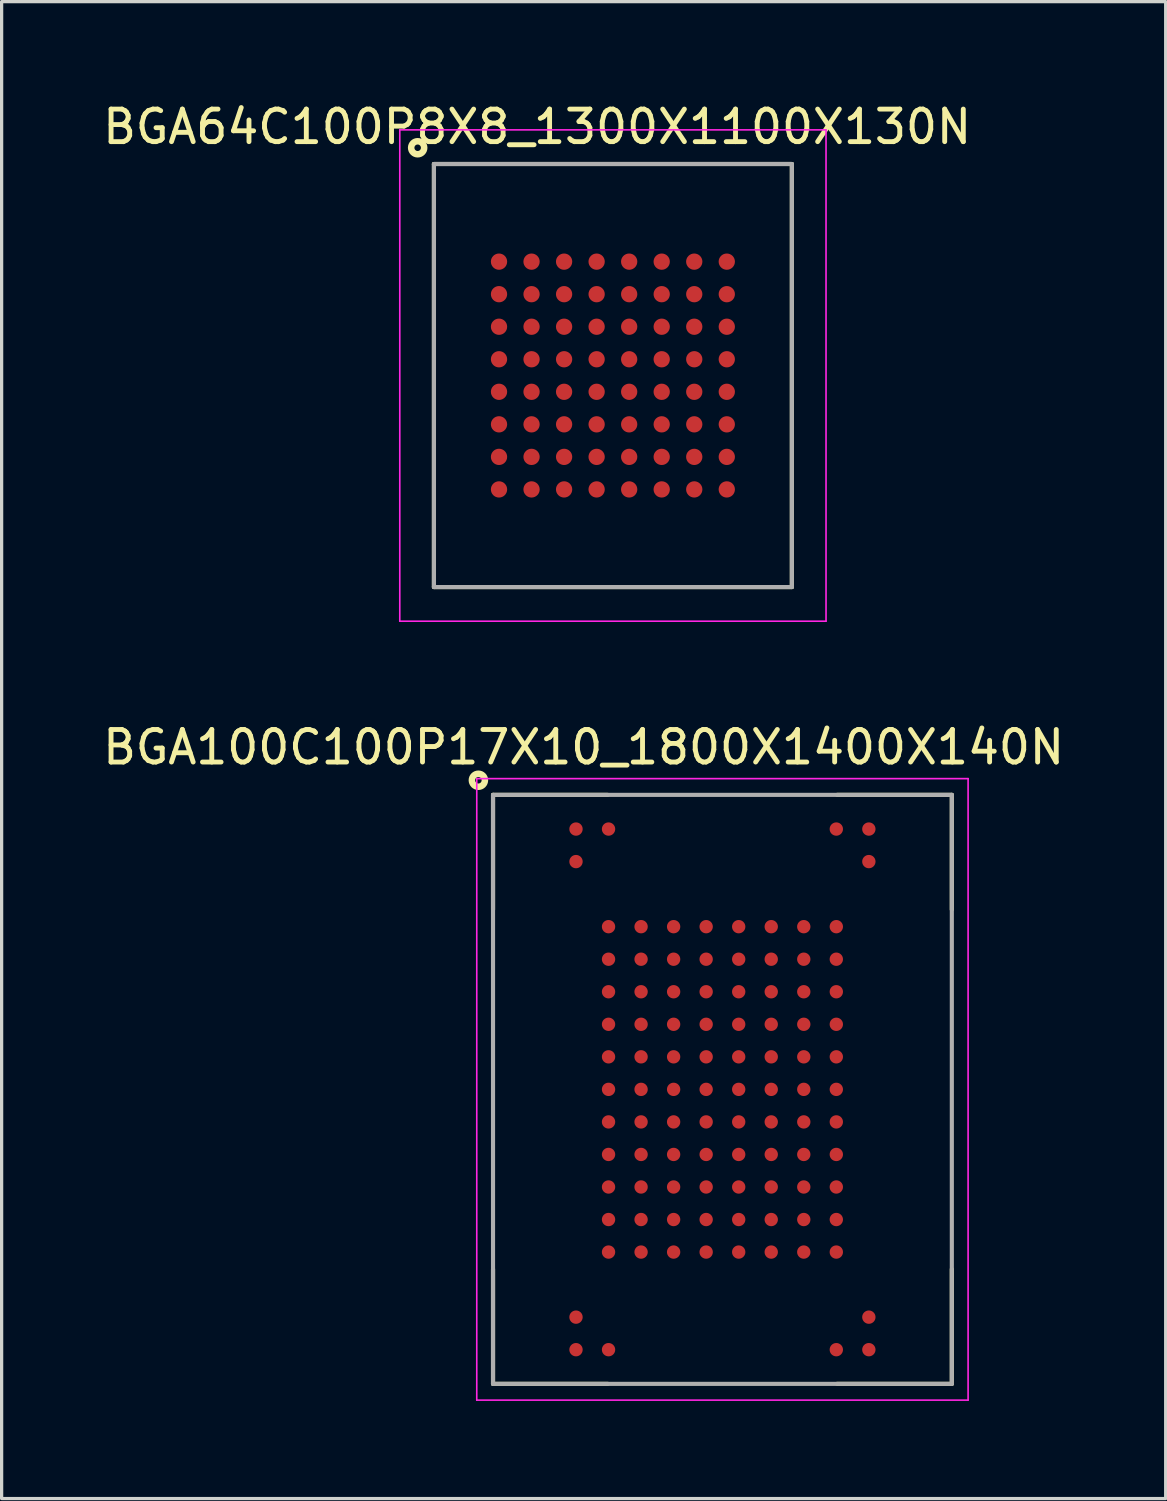
<source format=kicad_pcb>
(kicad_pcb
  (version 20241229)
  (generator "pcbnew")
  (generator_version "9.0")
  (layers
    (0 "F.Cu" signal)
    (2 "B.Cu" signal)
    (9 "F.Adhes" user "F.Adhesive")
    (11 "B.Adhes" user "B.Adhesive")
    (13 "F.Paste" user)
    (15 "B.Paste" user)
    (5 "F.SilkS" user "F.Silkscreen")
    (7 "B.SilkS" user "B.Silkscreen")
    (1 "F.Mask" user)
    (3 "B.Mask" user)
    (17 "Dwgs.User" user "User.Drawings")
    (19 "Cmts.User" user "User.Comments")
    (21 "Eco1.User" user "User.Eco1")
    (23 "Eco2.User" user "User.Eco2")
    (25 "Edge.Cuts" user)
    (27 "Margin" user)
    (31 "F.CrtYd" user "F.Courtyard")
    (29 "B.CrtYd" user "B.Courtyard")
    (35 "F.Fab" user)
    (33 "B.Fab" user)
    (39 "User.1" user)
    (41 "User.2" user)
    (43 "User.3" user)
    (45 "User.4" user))
  (footprint "BGA100C100P17X10_1800X1400X140N"
    (layer "F.Cu")
    (at 19.152 30.429)
    (property "Reference" "BGA100C100P17X10_1800X1400X140N" (at -4.265 -10.515 0) (layer "F.SilkS") (effects (font (size 1 1) (thickness 0.15))))
    (attr through_hole)
    (fp_line (start -7.05 -9.05) (end -7.05 -5.525) (stroke (width 0.127) (type solid)) (layer "F.SilkS"))
    (fp_line (start -7.05 -9.05) (end -3.525 -9.05) (stroke (width 0.127) (type solid)) (layer "F.SilkS"))
    (fp_line (start -7.05 9.05) (end -7.05 5.525) (stroke (width 0.127) (type solid)) (layer "F.SilkS"))
    (fp_line (start -7.05 9.05) (end -3.525 9.05) (stroke (width 0.127) (type solid)) (layer "F.SilkS"))
    (fp_line (start 7.05 -9.05) (end 3.525 -9.05) (stroke (width 0.127) (type solid)) (layer "F.SilkS"))
    (fp_line (start 7.05 -9.05) (end 7.05 -5.525) (stroke (width 0.127) (type solid)) (layer "F.SilkS"))
    (fp_line (start 7.05 9.05) (end 3.525 9.05) (stroke (width 0.127) (type solid)) (layer "F.SilkS"))
    (fp_line (start 7.05 9.05) (end 7.05 5.525) (stroke (width 0.127) (type solid)) (layer "F.SilkS"))
    (fp_circle (center -7.5 -9.5) (end -7.3 -9.5) (stroke (width 0.2) (type solid)) (fill no) (layer "F.SilkS"))
    (fp_line (start -7.55 -9.55) (end 7.55 -9.55) (stroke (width 0.05) (type solid)) (layer "F.CrtYd"))
    (fp_line (start -7.55 9.55) (end -7.55 -9.55) (stroke (width 0.05) (type solid)) (layer "F.CrtYd"))
    (fp_line (start 7.55 -9.55) (end 7.55 9.55) (stroke (width 0.05) (type solid)) (layer "F.CrtYd"))
    (fp_line (start 7.55 9.55) (end -7.55 9.55) (stroke (width 0.05) (type solid)) (layer "F.CrtYd"))
    (fp_line (start -7.05 -9.05) (end -7.05 9.05) (stroke (width 0.127) (type solid)) (layer "F.Fab"))
    (fp_line (start -7.05 9.05) (end 7.05 9.05) (stroke (width 0.127) (type solid)) (layer "F.Fab"))
    (fp_line (start 7.05 -9.05) (end -7.05 -9.05) (stroke (width 0.127) (type solid)) (layer "F.Fab"))
    (fp_line (start 7.05 9.05) (end 7.05 -9.05) (stroke (width 0.127) (type solid)) (layer "F.Fab"))
    (pad "A1" smd circle (at -4.5 -8) (size 0.41 0.41) (layers "F.Cu" "F.Mask" "F.Paste"))
    (pad "A2" smd circle (at -3.5 -8) (size 0.41 0.41) (layers "F.Cu" "F.Mask" "F.Paste"))
    (pad "A9" smd circle (at 3.5 -8) (size 0.41 0.41) (layers "F.Cu" "F.Mask" "F.Paste"))
    (pad "A10" smd circle (at 4.5 -8) (size 0.41 0.41) (layers "F.Cu" "F.Mask" "F.Paste"))
    (pad "B1" smd circle (at -4.5 -7) (size 0.41 0.41) (layers "F.Cu" "F.Mask" "F.Paste"))
    (pad "B10" smd circle (at 4.5 -7) (size 0.41 0.41) (layers "F.Cu" "F.Mask" "F.Paste"))
    (pad "D2" smd circle (at -3.5 -5) (size 0.41 0.41) (layers "F.Cu" "F.Mask" "F.Paste"))
    (pad "D3" smd circle (at -2.5 -5) (size 0.41 0.41) (layers "F.Cu" "F.Mask" "F.Paste"))
    (pad "D4" smd circle (at -1.5 -5) (size 0.41 0.41) (layers "F.Cu" "F.Mask" "F.Paste"))
    (pad "D5" smd circle (at -0.5 -5) (size 0.41 0.41) (layers "F.Cu" "F.Mask" "F.Paste"))
    (pad "D6" smd circle (at 0.5 -5) (size 0.41 0.41) (layers "F.Cu" "F.Mask" "F.Paste"))
    (pad "D7" smd circle (at 1.5 -5) (size 0.41 0.41) (layers "F.Cu" "F.Mask" "F.Paste"))
    (pad "D8" smd circle (at 2.5 -5) (size 0.41 0.41) (layers "F.Cu" "F.Mask" "F.Paste"))
    (pad "D9" smd circle (at 3.5 -5) (size 0.41 0.41) (layers "F.Cu" "F.Mask" "F.Paste"))
    (pad "E2" smd circle (at -3.5 -4) (size 0.41 0.41) (layers "F.Cu" "F.Mask" "F.Paste"))
    (pad "E3" smd circle (at -2.5 -4) (size 0.41 0.41) (layers "F.Cu" "F.Mask" "F.Paste"))
    (pad "E4" smd circle (at -1.5 -4) (size 0.41 0.41) (layers "F.Cu" "F.Mask" "F.Paste"))
    (pad "E5" smd circle (at -0.5 -4) (size 0.41 0.41) (layers "F.Cu" "F.Mask" "F.Paste"))
    (pad "E6" smd circle (at 0.5 -4) (size 0.41 0.41) (layers "F.Cu" "F.Mask" "F.Paste"))
    (pad "E7" smd circle (at 1.5 -4) (size 0.41 0.41) (layers "F.Cu" "F.Mask" "F.Paste"))
    (pad "E8" smd circle (at 2.5 -4) (size 0.41 0.41) (layers "F.Cu" "F.Mask" "F.Paste"))
    (pad "E9" smd circle (at 3.5 -4) (size 0.41 0.41) (layers "F.Cu" "F.Mask" "F.Paste"))
    (pad "F2" smd circle (at -3.5 -3) (size 0.41 0.41) (layers "F.Cu" "F.Mask" "F.Paste"))
    (pad "F3" smd circle (at -2.5 -3) (size 0.41 0.41) (layers "F.Cu" "F.Mask" "F.Paste"))
    (pad "F4" smd circle (at -1.5 -3) (size 0.41 0.41) (layers "F.Cu" "F.Mask" "F.Paste"))
    (pad "F5" smd circle (at -0.5 -3) (size 0.41 0.41) (layers "F.Cu" "F.Mask" "F.Paste"))
    (pad "F6" smd circle (at 0.5 -3) (size 0.41 0.41) (layers "F.Cu" "F.Mask" "F.Paste"))
    (pad "F7" smd circle (at 1.5 -3) (size 0.41 0.41) (layers "F.Cu" "F.Mask" "F.Paste"))
    (pad "F8" smd circle (at 2.5 -3) (size 0.41 0.41) (layers "F.Cu" "F.Mask" "F.Paste"))
    (pad "F9" smd circle (at 3.5 -3) (size 0.41 0.41) (layers "F.Cu" "F.Mask" "F.Paste"))
    (pad "G2" smd circle (at -3.5 -2) (size 0.41 0.41) (layers "F.Cu" "F.Mask" "F.Paste"))
    (pad "G3" smd circle (at -2.5 -2) (size 0.41 0.41) (layers "F.Cu" "F.Mask" "F.Paste"))
    (pad "G4" smd circle (at -1.5 -2) (size 0.41 0.41) (layers "F.Cu" "F.Mask" "F.Paste"))
    (pad "G5" smd circle (at -0.5 -2) (size 0.41 0.41) (layers "F.Cu" "F.Mask" "F.Paste"))
    (pad "G6" smd circle (at 0.5 -2) (size 0.41 0.41) (layers "F.Cu" "F.Mask" "F.Paste"))
    (pad "G7" smd circle (at 1.5 -2) (size 0.41 0.41) (layers "F.Cu" "F.Mask" "F.Paste"))
    (pad "G8" smd circle (at 2.5 -2) (size 0.41 0.41) (layers "F.Cu" "F.Mask" "F.Paste"))
    (pad "G9" smd circle (at 3.5 -2) (size 0.41 0.41) (layers "F.Cu" "F.Mask" "F.Paste"))
    (pad "H2" smd circle (at -3.5 -1) (size 0.41 0.41) (layers "F.Cu" "F.Mask" "F.Paste"))
    (pad "H3" smd circle (at -2.5 -1) (size 0.41 0.41) (layers "F.Cu" "F.Mask" "F.Paste"))
    (pad "H4" smd circle (at -1.5 -1) (size 0.41 0.41) (layers "F.Cu" "F.Mask" "F.Paste"))
    (pad "H5" smd circle (at -0.5 -1) (size 0.41 0.41) (layers "F.Cu" "F.Mask" "F.Paste"))
    (pad "H6" smd circle (at 0.5 -1) (size 0.41 0.41) (layers "F.Cu" "F.Mask" "F.Paste"))
    (pad "H7" smd circle (at 1.5 -1) (size 0.41 0.41) (layers "F.Cu" "F.Mask" "F.Paste"))
    (pad "H8" smd circle (at 2.5 -1) (size 0.41 0.41) (layers "F.Cu" "F.Mask" "F.Paste"))
    (pad "H9" smd circle (at 3.5 -1) (size 0.41 0.41) (layers "F.Cu" "F.Mask" "F.Paste"))
    (pad "J2" smd circle (at -3.5 0) (size 0.41 0.41) (layers "F.Cu" "F.Mask" "F.Paste"))
    (pad "J3" smd circle (at -2.5 0) (size 0.41 0.41) (layers "F.Cu" "F.Mask" "F.Paste"))
    (pad "J4" smd circle (at -1.5 0) (size 0.41 0.41) (layers "F.Cu" "F.Mask" "F.Paste"))
    (pad "J5" smd circle (at -0.5 0) (size 0.41 0.41) (layers "F.Cu" "F.Mask" "F.Paste"))
    (pad "J6" smd circle (at 0.5 0) (size 0.41 0.41) (layers "F.Cu" "F.Mask" "F.Paste"))
    (pad "J7" smd circle (at 1.5 0) (size 0.41 0.41) (layers "F.Cu" "F.Mask" "F.Paste"))
    (pad "J8" smd circle (at 2.5 0) (size 0.41 0.41) (layers "F.Cu" "F.Mask" "F.Paste"))
    (pad "J9" smd circle (at 3.5 0) (size 0.41 0.41) (layers "F.Cu" "F.Mask" "F.Paste"))
    (pad "K2" smd circle (at -3.5 1) (size 0.41 0.41) (layers "F.Cu" "F.Mask" "F.Paste"))
    (pad "K3" smd circle (at -2.5 1) (size 0.41 0.41) (layers "F.Cu" "F.Mask" "F.Paste"))
    (pad "K4" smd circle (at -1.5 1) (size 0.41 0.41) (layers "F.Cu" "F.Mask" "F.Paste"))
    (pad "K5" smd circle (at -0.5 1) (size 0.41 0.41) (layers "F.Cu" "F.Mask" "F.Paste"))
    (pad "K6" smd circle (at 0.5 1) (size 0.41 0.41) (layers "F.Cu" "F.Mask" "F.Paste"))
    (pad "K7" smd circle (at 1.5 1) (size 0.41 0.41) (layers "F.Cu" "F.Mask" "F.Paste"))
    (pad "K8" smd circle (at 2.5 1) (size 0.41 0.41) (layers "F.Cu" "F.Mask" "F.Paste"))
    (pad "K9" smd circle (at 3.5 1) (size 0.41 0.41) (layers "F.Cu" "F.Mask" "F.Paste"))
    (pad "L2" smd circle (at -3.5 2) (size 0.41 0.41) (layers "F.Cu" "F.Mask" "F.Paste"))
    (pad "L3" smd circle (at -2.5 2) (size 0.41 0.41) (layers "F.Cu" "F.Mask" "F.Paste"))
    (pad "L4" smd circle (at -1.5 2) (size 0.41 0.41) (layers "F.Cu" "F.Mask" "F.Paste"))
    (pad "L5" smd circle (at -0.5 2) (size 0.41 0.41) (layers "F.Cu" "F.Mask" "F.Paste"))
    (pad "L6" smd circle (at 0.5 2) (size 0.41 0.41) (layers "F.Cu" "F.Mask" "F.Paste"))
    (pad "L7" smd circle (at 1.5 2) (size 0.41 0.41) (layers "F.Cu" "F.Mask" "F.Paste"))
    (pad "L8" smd circle (at 2.5 2) (size 0.41 0.41) (layers "F.Cu" "F.Mask" "F.Paste"))
    (pad "L9" smd circle (at 3.5 2) (size 0.41 0.41) (layers "F.Cu" "F.Mask" "F.Paste"))
    (pad "M2" smd circle (at -3.5 3) (size 0.41 0.41) (layers "F.Cu" "F.Mask" "F.Paste"))
    (pad "M3" smd circle (at -2.5 3) (size 0.41 0.41) (layers "F.Cu" "F.Mask" "F.Paste"))
    (pad "M4" smd circle (at -1.5 3) (size 0.41 0.41) (layers "F.Cu" "F.Mask" "F.Paste"))
    (pad "M5" smd circle (at -0.5 3) (size 0.41 0.41) (layers "F.Cu" "F.Mask" "F.Paste"))
    (pad "M6" smd circle (at 0.5 3) (size 0.41 0.41) (layers "F.Cu" "F.Mask" "F.Paste"))
    (pad "M7" smd circle (at 1.5 3) (size 0.41 0.41) (layers "F.Cu" "F.Mask" "F.Paste"))
    (pad "M8" smd circle (at 2.5 3) (size 0.41 0.41) (layers "F.Cu" "F.Mask" "F.Paste"))
    (pad "M9" smd circle (at 3.5 3) (size 0.41 0.41) (layers "F.Cu" "F.Mask" "F.Paste"))
    (pad "N2" smd circle (at -3.5 4) (size 0.41 0.41) (layers "F.Cu" "F.Mask" "F.Paste"))
    (pad "N3" smd circle (at -2.5 4) (size 0.41 0.41) (layers "F.Cu" "F.Mask" "F.Paste"))
    (pad "N4" smd circle (at -1.5 4) (size 0.41 0.41) (layers "F.Cu" "F.Mask" "F.Paste"))
    (pad "N5" smd circle (at -0.5 4) (size 0.41 0.41) (layers "F.Cu" "F.Mask" "F.Paste"))
    (pad "N6" smd circle (at 0.5 4) (size 0.41 0.41) (layers "F.Cu" "F.Mask" "F.Paste"))
    (pad "N7" smd circle (at 1.5 4) (size 0.41 0.41) (layers "F.Cu" "F.Mask" "F.Paste"))
    (pad "N8" smd circle (at 2.5 4) (size 0.41 0.41) (layers "F.Cu" "F.Mask" "F.Paste"))
    (pad "N9" smd circle (at 3.5 4) (size 0.41 0.41) (layers "F.Cu" "F.Mask" "F.Paste"))
    (pad "P2" smd circle (at -3.5 5) (size 0.41 0.41) (layers "F.Cu" "F.Mask" "F.Paste"))
    (pad "P3" smd circle (at -2.5 5) (size 0.41 0.41) (layers "F.Cu" "F.Mask" "F.Paste"))
    (pad "P4" smd circle (at -1.5 5) (size 0.41 0.41) (layers "F.Cu" "F.Mask" "F.Paste"))
    (pad "P5" smd circle (at -0.5 5) (size 0.41 0.41) (layers "F.Cu" "F.Mask" "F.Paste"))
    (pad "P6" smd circle (at 0.5 5) (size 0.41 0.41) (layers "F.Cu" "F.Mask" "F.Paste"))
    (pad "P7" smd circle (at 1.5 5) (size 0.41 0.41) (layers "F.Cu" "F.Mask" "F.Paste"))
    (pad "P8" smd circle (at 2.5 5) (size 0.41 0.41) (layers "F.Cu" "F.Mask" "F.Paste"))
    (pad "P9" smd circle (at 3.5 5) (size 0.41 0.41) (layers "F.Cu" "F.Mask" "F.Paste"))
    (pad "T1" smd circle (at -4.5 7) (size 0.41 0.41) (layers "F.Cu" "F.Mask" "F.Paste"))
    (pad "T10" smd circle (at 4.5 7) (size 0.41 0.41) (layers "F.Cu" "F.Mask" "F.Paste"))
    (pad "U1" smd circle (at -4.5 8) (size 0.41 0.41) (layers "F.Cu" "F.Mask" "F.Paste"))
    (pad "U2" smd circle (at -3.5 8) (size 0.41 0.41) (layers "F.Cu" "F.Mask" "F.Paste"))
    (pad "U9" smd circle (at 3.5 8) (size 0.41 0.41) (layers "F.Cu" "F.Mask" "F.Paste"))
    (pad "U10" smd circle (at 4.5 8) (size 0.41 0.41) (layers "F.Cu" "F.Mask" "F.Paste")))
  (footprint "BGA64C100P8X8_1300X1100X130N"
    (layer "F.Cu")
    (at 15.786 8.491)
    (property "Reference" "BGA64C100P8X8_1300X1100X130N" (at -2.327 -7.643 0) (layer "F.SilkS") (effects (font (size 1 1) (thickness 0.15))))
    (attr through_hole)
    (fp_line (start -5.5 -6.5) (end 5.5 -6.5) (stroke (width 0.127) (type solid)) (layer "F.SilkS"))
    (fp_line (start -5.5 6.5) (end -5.5 -6.5) (stroke (width 0.127) (type solid)) (layer "F.SilkS"))
    (fp_line (start 5.5 -6.5) (end 5.5 6.5) (stroke (width 0.127) (type solid)) (layer "F.SilkS"))
    (fp_line (start 5.5 6.5) (end -5.5 6.5) (stroke (width 0.127) (type solid)) (layer "F.SilkS"))
    (fp_circle (center -6 -7) (end -5.8 -7) (stroke (width 0.2) (type solid)) (fill no) (layer "F.SilkS"))
    (fp_line (start -6.55 -7.55) (end 6.55 -7.55) (stroke (width 0.05) (type solid)) (layer "F.CrtYd"))
    (fp_line (start -6.55 7.55) (end -6.55 -7.55) (stroke (width 0.05) (type solid)) (layer "F.CrtYd"))
    (fp_line (start 6.55 -7.55) (end 6.55 7.55) (stroke (width 0.05) (type solid)) (layer "F.CrtYd"))
    (fp_line (start 6.55 7.55) (end -6.55 7.55) (stroke (width 0.05) (type solid)) (layer "F.CrtYd"))
    (fp_line (start -5.5 -6.5) (end 5.5 -6.5) (stroke (width 0.127) (type solid)) (layer "F.Fab"))
    (fp_line (start -5.5 6.5) (end -5.5 -6.5) (stroke (width 0.127) (type solid)) (layer "F.Fab"))
    (fp_line (start 5.5 -6.5) (end 5.5 6.5) (stroke (width 0.127) (type solid)) (layer "F.Fab"))
    (fp_line (start 5.5 6.5) (end -5.5 6.5) (stroke (width 0.127) (type solid)) (layer "F.Fab"))
    (pad "A1" smd circle (at -3.5 -3.5) (size 0.5 0.5) (layers "F.Cu" "F.Mask" "F.Paste"))
    (pad "A2" smd circle (at -2.5 -3.5) (size 0.5 0.5) (layers "F.Cu" "F.Mask" "F.Paste"))
    (pad "A3" smd circle (at -1.5 -3.5) (size 0.5 0.5) (layers "F.Cu" "F.Mask" "F.Paste"))
    (pad "A4" smd circle (at -0.5 -3.5) (size 0.5 0.5) (layers "F.Cu" "F.Mask" "F.Paste"))
    (pad "A5" smd circle (at 0.5 -3.5) (size 0.5 0.5) (layers "F.Cu" "F.Mask" "F.Paste"))
    (pad "A6" smd circle (at 1.5 -3.5) (size 0.5 0.5) (layers "F.Cu" "F.Mask" "F.Paste"))
    (pad "A7" smd circle (at 2.5 -3.5) (size 0.5 0.5) (layers "F.Cu" "F.Mask" "F.Paste"))
    (pad "A8" smd circle (at 3.5 -3.5) (size 0.5 0.5) (layers "F.Cu" "F.Mask" "F.Paste"))
    (pad "B1" smd circle (at -3.5 -2.5) (size 0.5 0.5) (layers "F.Cu" "F.Mask" "F.Paste"))
    (pad "B2" smd circle (at -2.5 -2.5) (size 0.5 0.5) (layers "F.Cu" "F.Mask" "F.Paste"))
    (pad "B3" smd circle (at -1.5 -2.5) (size 0.5 0.5) (layers "F.Cu" "F.Mask" "F.Paste"))
    (pad "B4" smd circle (at -0.5 -2.5) (size 0.5 0.5) (layers "F.Cu" "F.Mask" "F.Paste"))
    (pad "B5" smd circle (at 0.5 -2.5) (size 0.5 0.5) (layers "F.Cu" "F.Mask" "F.Paste"))
    (pad "B6" smd circle (at 1.5 -2.5) (size 0.5 0.5) (layers "F.Cu" "F.Mask" "F.Paste"))
    (pad "B7" smd circle (at 2.5 -2.5) (size 0.5 0.5) (layers "F.Cu" "F.Mask" "F.Paste"))
    (pad "B8" smd circle (at 3.5 -2.5) (size 0.5 0.5) (layers "F.Cu" "F.Mask" "F.Paste"))
    (pad "C1" smd circle (at -3.5 -1.5) (size 0.5 0.5) (layers "F.Cu" "F.Mask" "F.Paste"))
    (pad "C2" smd circle (at -2.5 -1.5) (size 0.5 0.5) (layers "F.Cu" "F.Mask" "F.Paste"))
    (pad "C3" smd circle (at -1.5 -1.5) (size 0.5 0.5) (layers "F.Cu" "F.Mask" "F.Paste"))
    (pad "C4" smd circle (at -0.5 -1.5) (size 0.5 0.5) (layers "F.Cu" "F.Mask" "F.Paste"))
    (pad "C5" smd circle (at 0.5 -1.5) (size 0.5 0.5) (layers "F.Cu" "F.Mask" "F.Paste"))
    (pad "C6" smd circle (at 1.5 -1.5) (size 0.5 0.5) (layers "F.Cu" "F.Mask" "F.Paste"))
    (pad "C7" smd circle (at 2.5 -1.5) (size 0.5 0.5) (layers "F.Cu" "F.Mask" "F.Paste"))
    (pad "C8" smd circle (at 3.5 -1.5) (size 0.5 0.5) (layers "F.Cu" "F.Mask" "F.Paste"))
    (pad "D1" smd circle (at -3.5 -0.5) (size 0.5 0.5) (layers "F.Cu" "F.Mask" "F.Paste"))
    (pad "D2" smd circle (at -2.5 -0.5) (size 0.5 0.5) (layers "F.Cu" "F.Mask" "F.Paste"))
    (pad "D3" smd circle (at -1.5 -0.5) (size 0.5 0.5) (layers "F.Cu" "F.Mask" "F.Paste"))
    (pad "D4" smd circle (at -0.5 -0.5) (size 0.5 0.5) (layers "F.Cu" "F.Mask" "F.Paste"))
    (pad "D5" smd circle (at 0.5 -0.5) (size 0.5 0.5) (layers "F.Cu" "F.Mask" "F.Paste"))
    (pad "D6" smd circle (at 1.5 -0.5) (size 0.5 0.5) (layers "F.Cu" "F.Mask" "F.Paste"))
    (pad "D7" smd circle (at 2.5 -0.5) (size 0.5 0.5) (layers "F.Cu" "F.Mask" "F.Paste"))
    (pad "D8" smd circle (at 3.5 -0.5) (size 0.5 0.5) (layers "F.Cu" "F.Mask" "F.Paste"))
    (pad "E1" smd circle (at -3.5 0.5) (size 0.5 0.5) (layers "F.Cu" "F.Mask" "F.Paste"))
    (pad "E2" smd circle (at -2.5 0.5) (size 0.5 0.5) (layers "F.Cu" "F.Mask" "F.Paste"))
    (pad "E3" smd circle (at -1.5 0.5) (size 0.5 0.5) (layers "F.Cu" "F.Mask" "F.Paste"))
    (pad "E4" smd circle (at -0.5 0.5) (size 0.5 0.5) (layers "F.Cu" "F.Mask" "F.Paste"))
    (pad "E5" smd circle (at 0.5 0.5) (size 0.5 0.5) (layers "F.Cu" "F.Mask" "F.Paste"))
    (pad "E6" smd circle (at 1.5 0.5) (size 0.5 0.5) (layers "F.Cu" "F.Mask" "F.Paste"))
    (pad "E7" smd circle (at 2.5 0.5) (size 0.5 0.5) (layers "F.Cu" "F.Mask" "F.Paste"))
    (pad "E8" smd circle (at 3.5 0.5) (size 0.5 0.5) (layers "F.Cu" "F.Mask" "F.Paste"))
    (pad "F1" smd circle (at -3.5 1.5) (size 0.5 0.5) (layers "F.Cu" "F.Mask" "F.Paste"))
    (pad "F2" smd circle (at -2.5 1.5) (size 0.5 0.5) (layers "F.Cu" "F.Mask" "F.Paste"))
    (pad "F3" smd circle (at -1.5 1.5) (size 0.5 0.5) (layers "F.Cu" "F.Mask" "F.Paste"))
    (pad "F4" smd circle (at -0.5 1.5) (size 0.5 0.5) (layers "F.Cu" "F.Mask" "F.Paste"))
    (pad "F5" smd circle (at 0.5 1.5) (size 0.5 0.5) (layers "F.Cu" "F.Mask" "F.Paste"))
    (pad "F6" smd circle (at 1.5 1.5) (size 0.5 0.5) (layers "F.Cu" "F.Mask" "F.Paste"))
    (pad "F7" smd circle (at 2.5 1.5) (size 0.5 0.5) (layers "F.Cu" "F.Mask" "F.Paste"))
    (pad "F8" smd circle (at 3.5 1.5) (size 0.5 0.5) (layers "F.Cu" "F.Mask" "F.Paste"))
    (pad "G1" smd circle (at -3.5 2.5) (size 0.5 0.5) (layers "F.Cu" "F.Mask" "F.Paste"))
    (pad "G2" smd circle (at -2.5 2.5) (size 0.5 0.5) (layers "F.Cu" "F.Mask" "F.Paste"))
    (pad "G3" smd circle (at -1.5 2.5) (size 0.5 0.5) (layers "F.Cu" "F.Mask" "F.Paste"))
    (pad "G4" smd circle (at -0.5 2.5) (size 0.5 0.5) (layers "F.Cu" "F.Mask" "F.Paste"))
    (pad "G5" smd circle (at 0.5 2.5) (size 0.5 0.5) (layers "F.Cu" "F.Mask" "F.Paste"))
    (pad "G6" smd circle (at 2.5 2.5) (size 0.5 0.5) (layers "F.Cu" "F.Mask" "F.Paste"))
    (pad "G7" smd circle (at 1.5 2.5) (size 0.5 0.5) (layers "F.Cu" "F.Mask" "F.Paste"))
    (pad "G8" smd circle (at 3.5 2.5) (size 0.5 0.5) (layers "F.Cu" "F.Mask" "F.Paste"))
    (pad "H1" smd circle (at -3.5 3.5) (size 0.5 0.5) (layers "F.Cu" "F.Mask" "F.Paste"))
    (pad "H2" smd circle (at -2.5 3.5) (size 0.5 0.5) (layers "F.Cu" "F.Mask" "F.Paste"))
    (pad "H3" smd circle (at -1.5 3.5) (size 0.5 0.5) (layers "F.Cu" "F.Mask" "F.Paste"))
    (pad "H4" smd circle (at -0.5 3.5) (size 0.5 0.5) (layers "F.Cu" "F.Mask" "F.Paste"))
    (pad "H5" smd circle (at 0.5 3.5) (size 0.5 0.5) (layers "F.Cu" "F.Mask" "F.Paste"))
    (pad "H6" smd circle (at 1.5 3.5) (size 0.5 0.5) (layers "F.Cu" "F.Mask" "F.Paste"))
    (pad "H7" smd circle (at 2.5 3.5) (size 0.5 0.5) (layers "F.Cu" "F.Mask" "F.Paste"))
    (pad "H8" smd circle (at 3.5 3.5) (size 0.5 0.5) (layers "F.Cu" "F.Mask" "F.Paste")))
  (gr_rect
    (start -3 -3)
    (end 32.774 43.004)
    (stroke (width 0.1) (type default))
    (fill no)
    (layer "Edge.Cuts")))
</source>
